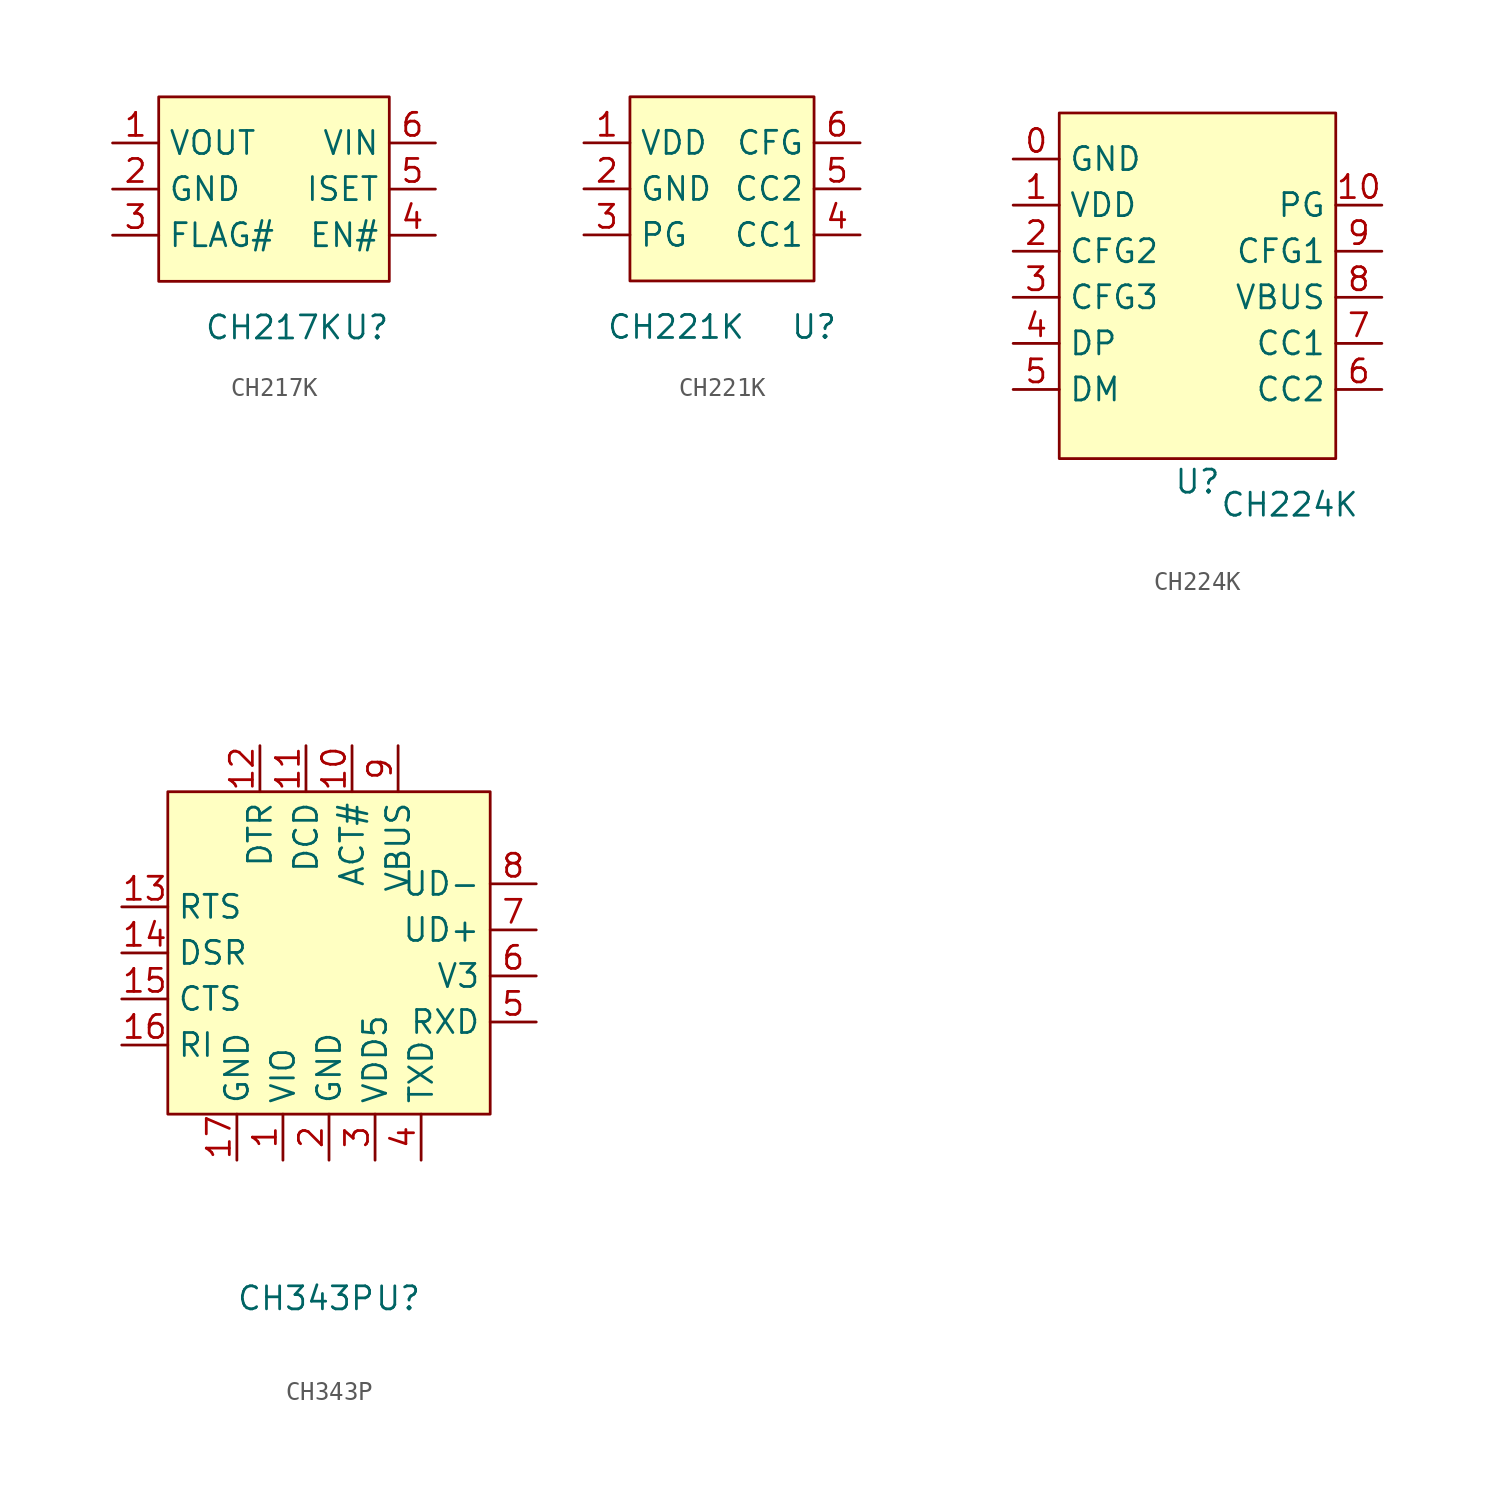
<source format=kicad_sym>
(kicad_symbol_lib
  (version 20231120)
  (generator "kicad_symbol_editor")
  (generator_version "8.0")
  (symbol "CH217K"
    (property "Reference" "U"
      (at 5.08 -7.62 0)
      (effects (font (size 1.27 1.27))))
    (property "Value" "CH217K"
      (at 0 -7.62 0)
      (effects (font (size 1.27 1.27))))
    (symbol "CH217K_0_1"
      (rectangle (start -6.35 5.08) (end 6.35 -5.08) (stroke (width 0) (type default)) (fill (type background))))
    (symbol "CH217K_1_1"
      (pin power_out line (at -8.89 2.54 0) (length 2.54) (name "VOUT" (effects (font (size 1.27 1.27)))) (number "1" (effects (font (size 1.27 1.27)))))
      (pin power_in line (at -8.89 0 0) (length 2.54) (name "GND" (effects (font (size 1.27 1.27)))) (number "2" (effects (font (size 1.27 1.27)))))
      (pin output line (at -8.89 -2.54 0) (length 2.54) (name "FLAG#" (effects (font (size 1.27 1.27)))) (number "3" (effects (font (size 1.27 1.27)))))
      (pin input line (at 8.89 -2.54 180) (length 2.54) (name "EN#" (effects (font (size 1.27 1.27)))) (number "4" (effects (font (size 1.27 1.27)))))
      (pin bidirectional line (at 8.89 0 180) (length 2.54) (name "ISET" (effects (font (size 1.27 1.27)))) (number "5" (effects (font (size 1.27 1.27)))))
      (pin power_in line (at 8.89 2.54 180) (length 2.54) (name "VIN" (effects (font (size 1.27 1.27)))) (number "6" (effects (font (size 1.27 1.27)))))))
  (symbol "CH221K"
    (property "Reference" "U"
      (at 5.08 -7.62 0)
      (effects (font (size 1.27 1.27))))
    (property "Value" "CH221K"
      (at -2.54 -7.62 0)
      (effects (font (size 1.27 1.27))))
    (symbol "CH221K_0_1"
      (rectangle (start -5.08 5.08) (end 5.08 -5.08) (stroke (width 0) (type default)) (fill (type background))))
    (symbol "CH221K_1_1"
      (pin power_in line (at -7.62 2.54 0) (length 2.54) (name "VDD" (effects (font (size 1.27 1.27)))) (number "1" (effects (font (size 1.27 1.27)))))
      (pin power_in line (at -7.62 0 0) (length 2.54) (name "GND" (effects (font (size 1.27 1.27)))) (number "2" (effects (font (size 1.27 1.27)))))
      (pin output line (at -7.62 -2.54 0) (length 2.54) (name "PG" (effects (font (size 1.27 1.27)))) (number "3" (effects (font (size 1.27 1.27)))))
      (pin bidirectional line (at 7.62 -2.54 180) (length 2.54) (name "CC1" (effects (font (size 1.27 1.27)))) (number "4" (effects (font (size 1.27 1.27)))))
      (pin bidirectional line (at 7.62 0 180) (length 2.54) (name "CC2" (effects (font (size 1.27 1.27)))) (number "5" (effects (font (size 1.27 1.27)))))
      (pin input line (at 7.62 2.54 180) (length 2.54) (name "CFG" (effects (font (size 1.27 1.27)))) (number "6" (effects (font (size 1.27 1.27)))))))
  (symbol "CH224K"
    (property "Reference" "U"
      (at 0 -10.16 0)
      (effects (font (size 1.27 1.27))))
    (property "Value" "CH224K"
      (at 5.08 -11.43 0)
      (effects (font (size 1.27 1.27))))
    (symbol "CH224K_0_1"
      (rectangle (start -7.62 10.16) (end 7.62 -8.89) (stroke (width 0) (type default)) (fill (type background))))
    (symbol "CH224K_1_1"
      (pin power_in line (at -10.16 7.62 0) (length 2.54) (name "GND" (effects (font (size 1.27 1.27)))) (number "0" (effects (font (size 1.27 1.27)))))
      (pin power_in line (at -10.16 5.08 0) (length 2.54) (name "VDD" (effects (font (size 1.27 1.27)))) (number "1" (effects (font (size 1.27 1.27)))))
      (pin output line (at 10.16 5.08 180) (length 2.54) (name "PG" (effects (font (size 1.27 1.27)))) (number "10" (effects (font (size 1.27 1.27)))))
      (pin input line (at -10.16 2.54 0) (length 2.54) (name "CFG2" (effects (font (size 1.27 1.27)))) (number "2" (effects (font (size 1.27 1.27)))))
      (pin input line (at -10.16 0 0) (length 2.54) (name "CFG3" (effects (font (size 1.27 1.27)))) (number "3" (effects (font (size 1.27 1.27)))))
      (pin bidirectional line (at -10.16 -2.54 0) (length 2.54) (name "DP" (effects (font (size 1.27 1.27)))) (number "4" (effects (font (size 1.27 1.27)))))
      (pin bidirectional line (at -10.16 -5.08 0) (length 2.54) (name "DM" (effects (font (size 1.27 1.27)))) (number "5" (effects (font (size 1.27 1.27)))))
      (pin bidirectional line (at 10.16 -5.08 180) (length 2.54) (name "CC2" (effects (font (size 1.27 1.27)))) (number "6" (effects (font (size 1.27 1.27)))))
      (pin bidirectional line (at 10.16 -2.54 180) (length 2.54) (name "CC1" (effects (font (size 1.27 1.27)))) (number "7" (effects (font (size 1.27 1.27)))))
      (pin input line (at 10.16 0 180) (length 2.54) (name "VBUS" (effects (font (size 1.27 1.27)))) (number "8" (effects (font (size 1.27 1.27)))))
      (pin input line (at 10.16 2.54 180) (length 2.54) (name "CFG1" (effects (font (size 1.27 1.27)))) (number "9" (effects (font (size 1.27 1.27)))))))
  (symbol "CH343P"
    (property "Reference" "U"
      (at 3.81 -19.05 0)
      (effects (font (size 1.27 1.27))))
    (property "Value" "CH343P"
      (at -1.27 -19.05 0)
      (effects (font (size 1.27 1.27))))
    (symbol "CH343P_0_1"
      (rectangle (start -8.89 8.89) (end 8.89 -8.89) (stroke (width 0) (type default)) (fill (type background))))
    (symbol "CH343P_1_1"
      (pin passive line (at -2.54 -11.43 90) (length 2.54) (name "VIO" (effects (font (size 1.27 1.27)))) (number "1" (effects (font (size 1.27 1.27)))))
      (pin passive line (at 1.27 11.43 270) (length 2.54) (name "ACT#" (effects (font (size 1.27 1.27)))) (number "10" (effects (font (size 1.27 1.27)))))
      (pin passive line (at -1.27 11.43 270) (length 2.54) (name "DCD" (effects (font (size 1.27 1.27)))) (number "11" (effects (font (size 1.27 1.27)))))
      (pin passive line (at -3.81 11.43 270) (length 2.54) (name "DTR" (effects (font (size 1.27 1.27)))) (number "12" (effects (font (size 1.27 1.27)))))
      (pin passive line (at -11.43 2.54 0) (length 2.54) (name "RTS" (effects (font (size 1.27 1.27)))) (number "13" (effects (font (size 1.27 1.27)))))
      (pin passive line (at -11.43 0 0) (length 2.54) (name "DSR" (effects (font (size 1.27 1.27)))) (number "14" (effects (font (size 1.27 1.27)))))
      (pin passive line (at -11.43 -2.54 0) (length 2.54) (name "CTS" (effects (font (size 1.27 1.27)))) (number "15" (effects (font (size 1.27 1.27)))))
      (pin passive line (at -11.43 -5.08 0) (length 2.54) (name "RI" (effects (font (size 1.27 1.27)))) (number "16" (effects (font (size 1.27 1.27)))))
      (pin power_in line (at -5.08 -11.43 90) (length 2.54) (name "GND" (effects (font (size 1.27 1.27)))) (number "17" (effects (font (size 1.27 1.27)))))
      (pin power_in line (at 0 -11.43 90) (length 2.54) (name "GND" (effects (font (size 1.27 1.27)))) (number "2" (effects (font (size 1.27 1.27)))))
      (pin power_in line (at 2.54 -11.43 90) (length 2.54) (name "VDD5" (effects (font (size 1.27 1.27)))) (number "3" (effects (font (size 1.27 1.27)))))
      (pin output line (at 5.08 -11.43 90) (length 2.54) (name "TXD" (effects (font (size 1.27 1.27)))) (number "4" (effects (font (size 1.27 1.27)))))
      (pin input line (at 11.43 -3.81 180) (length 2.54) (name "RXD" (effects (font (size 1.27 1.27)))) (number "5" (effects (font (size 1.27 1.27)))))
      (pin passive line (at 11.43 -1.27 180) (length 2.54) (name "V3" (effects (font (size 1.27 1.27)))) (number "6" (effects (font (size 1.27 1.27)))))
      (pin bidirectional line (at 11.43 1.27 180) (length 2.54) (name "UD+" (effects (font (size 1.27 1.27)))) (number "7" (effects (font (size 1.27 1.27)))))
      (pin bidirectional line (at 11.43 3.81 180) (length 2.54) (name "UD-" (effects (font (size 1.27 1.27)))) (number "8" (effects (font (size 1.27 1.27)))))
      (pin power_in line (at 3.81 11.43 270) (length 2.54) (name "VBUS" (effects (font (size 1.27 1.27)))) (number "9" (effects (font (size 1.27 1.27))))))))
</source>
